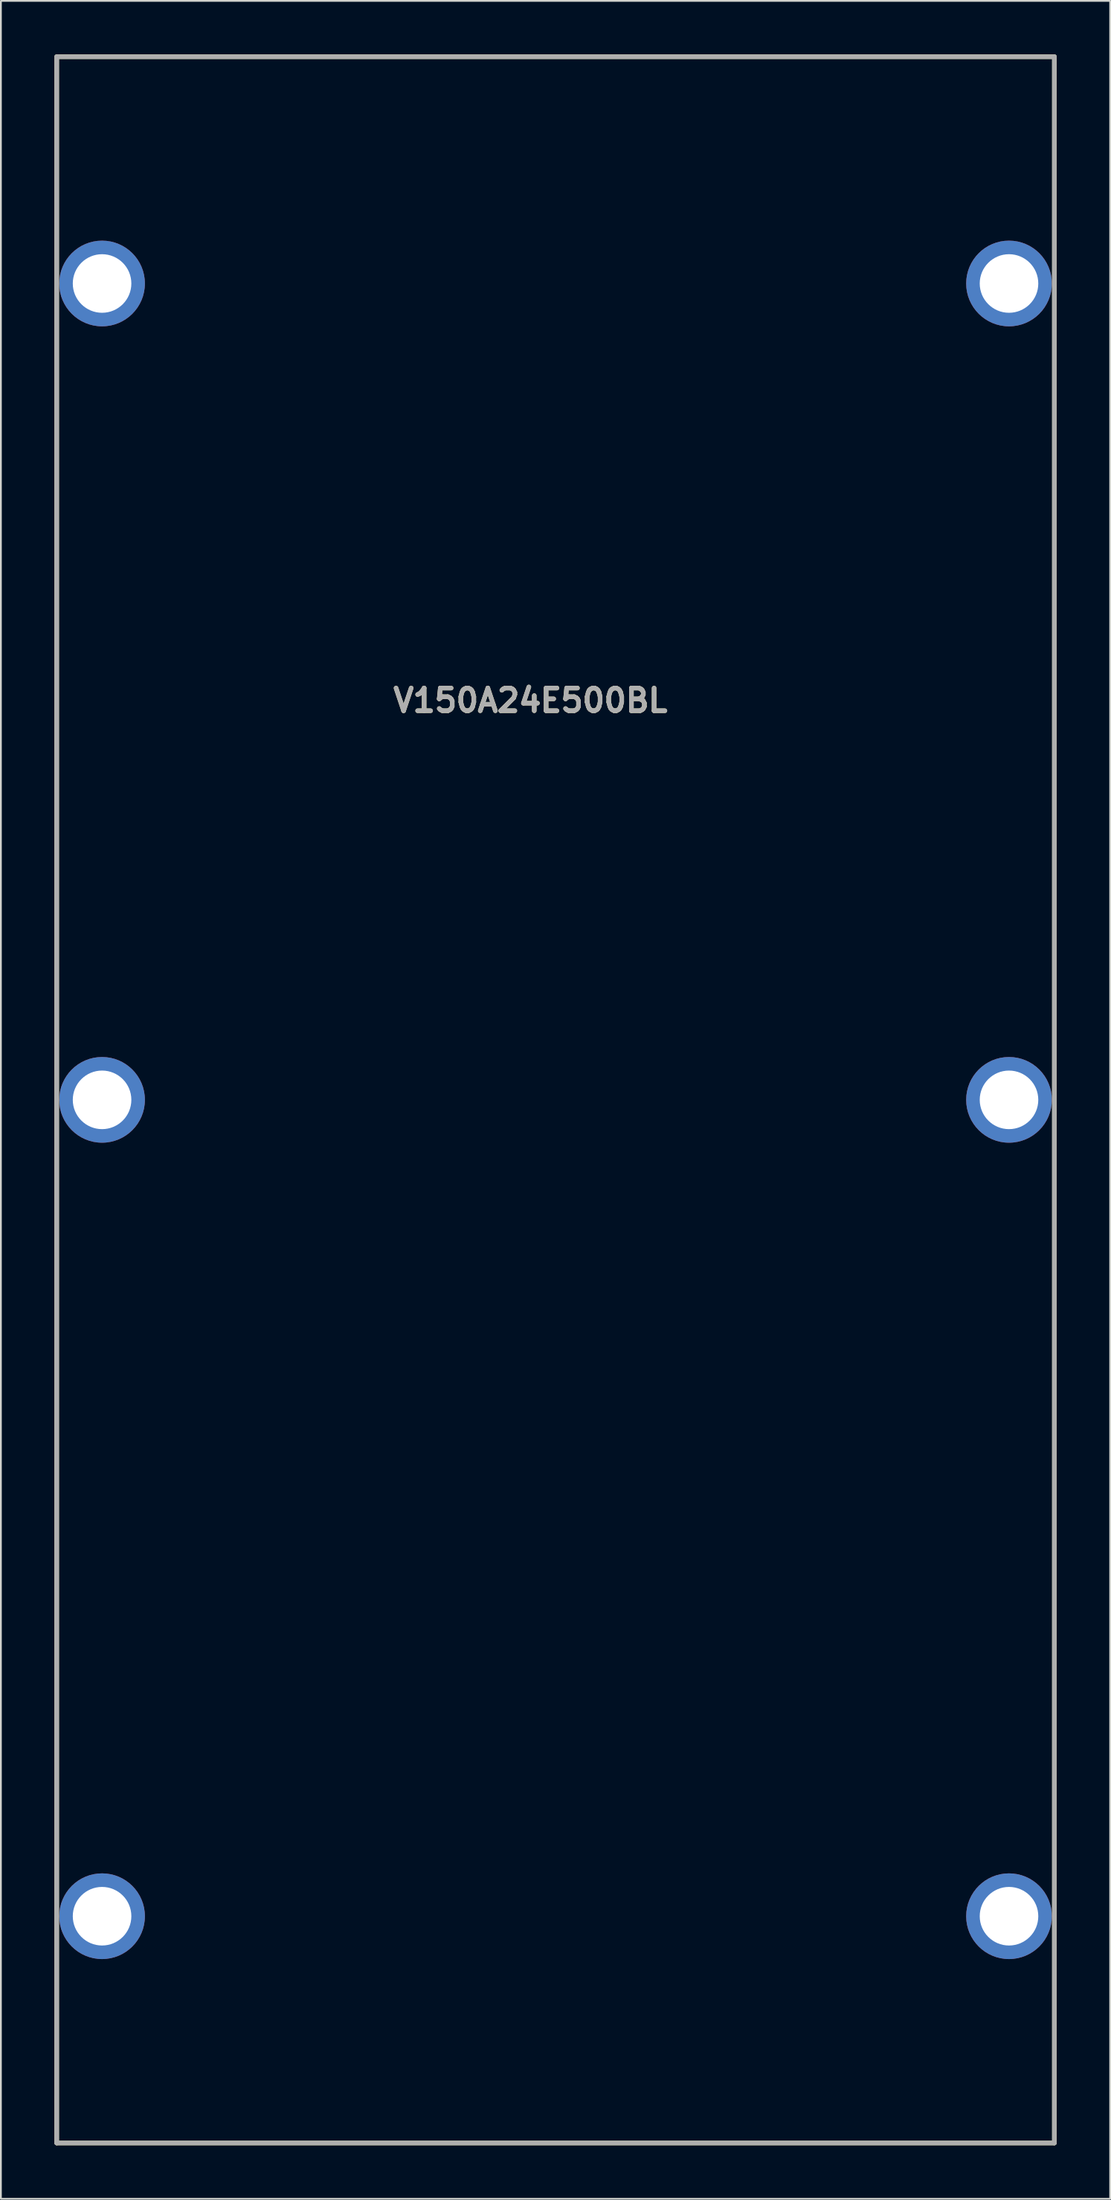
<source format=kicad_pcb>
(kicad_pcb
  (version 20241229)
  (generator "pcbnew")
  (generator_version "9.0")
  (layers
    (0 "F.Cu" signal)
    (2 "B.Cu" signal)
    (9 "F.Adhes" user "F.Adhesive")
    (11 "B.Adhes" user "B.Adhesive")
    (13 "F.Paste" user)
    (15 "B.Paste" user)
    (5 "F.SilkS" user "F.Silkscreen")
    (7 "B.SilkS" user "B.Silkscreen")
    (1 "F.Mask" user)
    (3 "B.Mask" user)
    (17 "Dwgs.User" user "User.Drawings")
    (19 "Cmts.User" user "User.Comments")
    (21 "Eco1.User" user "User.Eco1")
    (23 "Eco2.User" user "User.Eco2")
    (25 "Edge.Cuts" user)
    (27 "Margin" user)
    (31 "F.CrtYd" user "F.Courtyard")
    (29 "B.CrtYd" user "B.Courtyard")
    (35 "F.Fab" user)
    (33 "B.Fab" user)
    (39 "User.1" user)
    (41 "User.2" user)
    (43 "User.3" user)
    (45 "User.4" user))
  (footprint "V150A24E500BL"
    (layer "F.Cu")
    (at 28.067 12.827)
    (property "Reference" "V150A24E500BL" (at -1.404 23.353 0) (layer "F.SilkS") (effects (font (size 1.27 1.27) (thickness 0.254))))
    (attr through_hole)
    (fp_line (start -27.94 -12.7) (end 27.94 -12.7) (stroke (width 0.254) (type solid)) (layer "F.SilkS"))
    (fp_line (start -27.94 104.14) (end -27.94 -12.7) (stroke (width 0.254) (type solid)) (layer "F.SilkS"))
    (fp_line (start 27.94 -12.7) (end 27.94 104.14) (stroke (width 0.254) (type solid)) (layer "F.SilkS"))
    (fp_line (start 27.94 104.14) (end -27.94 104.14) (stroke (width 0.254) (type solid)) (layer "F.SilkS"))
    (fp_line (start -27.94 -12.7) (end 27.94 -12.7) (stroke (width 0.254) (type solid)) (layer "F.Fab"))
    (fp_line (start -27.94 104.14) (end -27.94 -12.7) (stroke (width 0.254) (type solid)) (layer "F.Fab"))
    (fp_line (start 27.94 -12.7) (end 27.94 104.14) (stroke (width 0.254) (type solid)) (layer "F.Fab"))
    (fp_line (start 27.94 104.14) (end -27.94 104.14) (stroke (width 0.254) (type solid)) (layer "F.Fab"))
    (fp_text user "${REFERENCE}" (at -1.404 23.353 0) (layer "F.Fab") (effects (font (size 1.27 1.27) (thickness 0.254))))
    (pad "1" thru_hole circle (at 25.4 0) (size 4.8 4.8) (drill 3.28) (layers "*.Cu" "*.Mask"))
    (pad "2" thru_hole circle (at 25.4 45.72) (size 4.8 4.8) (drill 3.28) (layers "*.Cu" "*.Mask"))
    (pad "3" thru_hole circle (at 25.4 91.44) (size 4.8 4.8) (drill 3.28) (layers "*.Cu" "*.Mask"))
    (pad "4" thru_hole circle (at -25.4 0) (size 4.8 4.8) (drill 3.28) (layers "*.Cu" "*.Mask"))
    (pad "5" thru_hole circle (at -25.4 45.72) (size 4.8 4.8) (drill 3.28) (layers "*.Cu" "*.Mask"))
    (pad "6" thru_hole circle (at -25.4 91.44) (size 4.8 4.8) (drill 3.28) (layers "*.Cu" "*.Mask")))
  (gr_rect
    (start -3 -3)
    (end 59.134 120.094)
    (stroke (width 0.1) (type default))
    (fill no)
    (layer "Edge.Cuts")))
</source>
